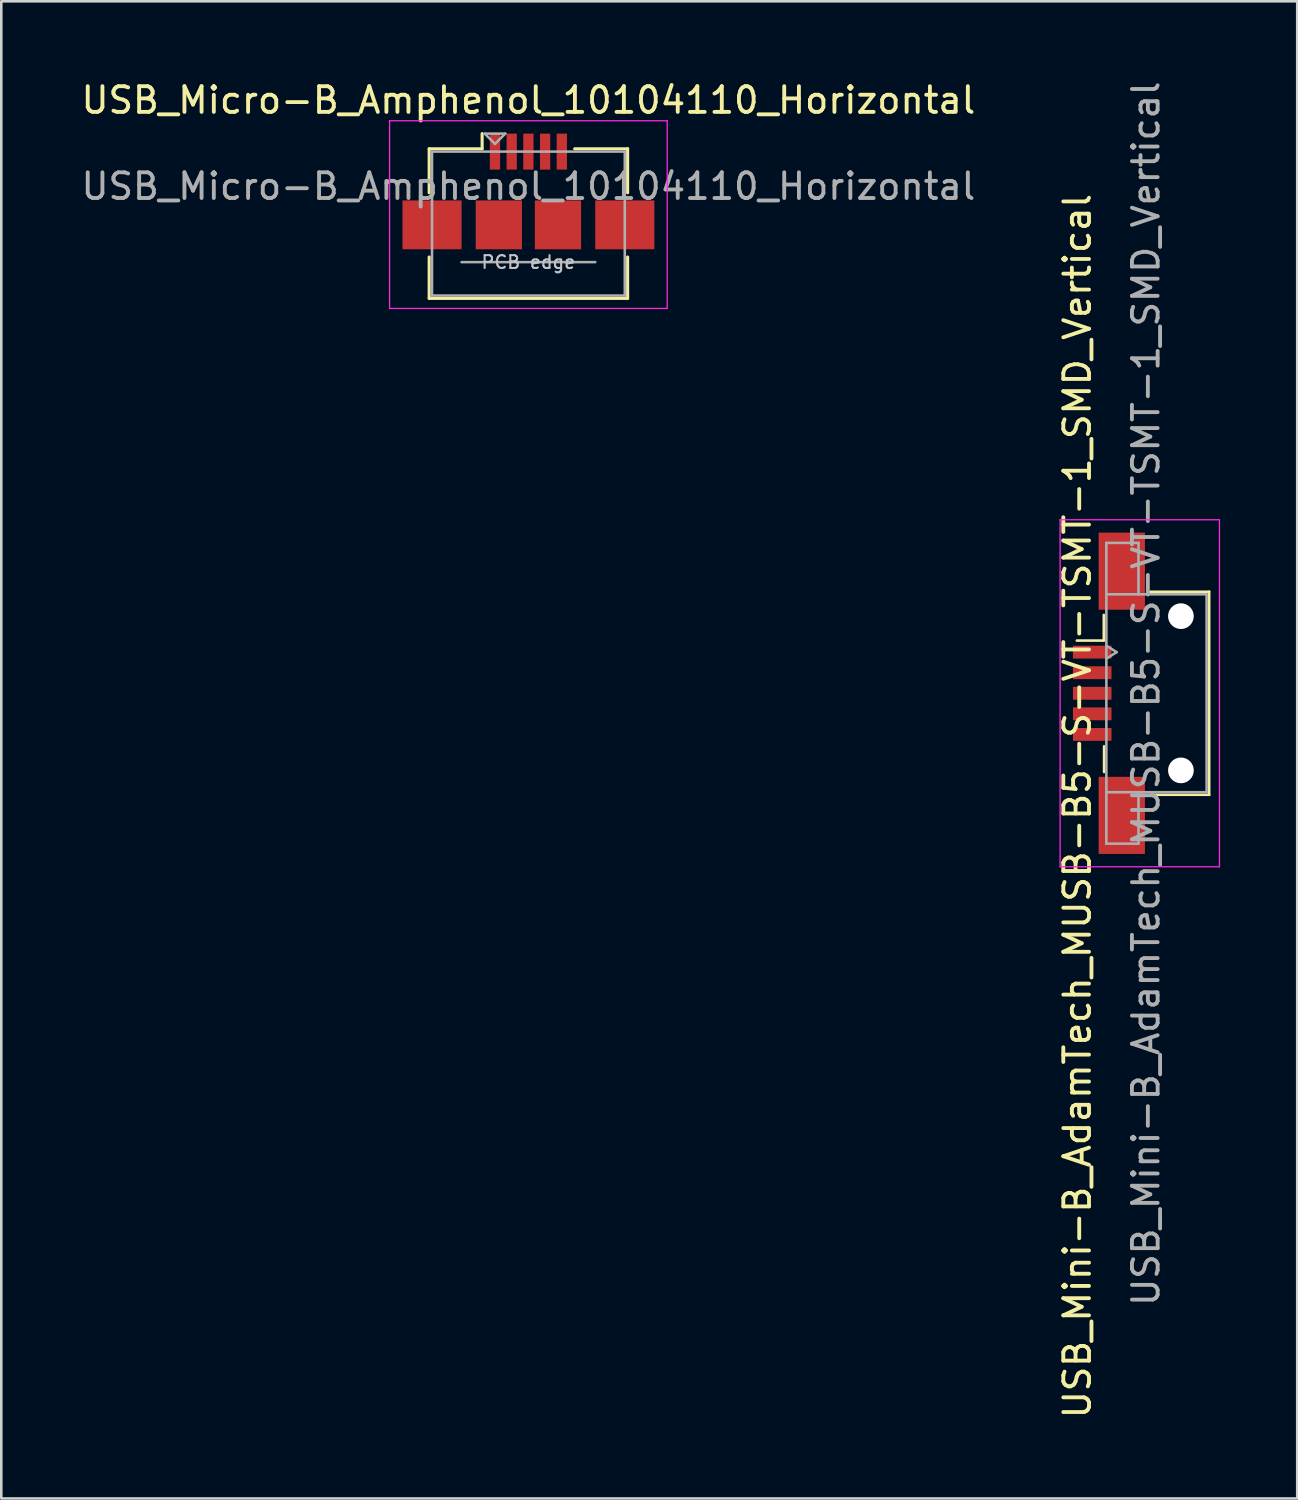
<source format=kicad_pcb>
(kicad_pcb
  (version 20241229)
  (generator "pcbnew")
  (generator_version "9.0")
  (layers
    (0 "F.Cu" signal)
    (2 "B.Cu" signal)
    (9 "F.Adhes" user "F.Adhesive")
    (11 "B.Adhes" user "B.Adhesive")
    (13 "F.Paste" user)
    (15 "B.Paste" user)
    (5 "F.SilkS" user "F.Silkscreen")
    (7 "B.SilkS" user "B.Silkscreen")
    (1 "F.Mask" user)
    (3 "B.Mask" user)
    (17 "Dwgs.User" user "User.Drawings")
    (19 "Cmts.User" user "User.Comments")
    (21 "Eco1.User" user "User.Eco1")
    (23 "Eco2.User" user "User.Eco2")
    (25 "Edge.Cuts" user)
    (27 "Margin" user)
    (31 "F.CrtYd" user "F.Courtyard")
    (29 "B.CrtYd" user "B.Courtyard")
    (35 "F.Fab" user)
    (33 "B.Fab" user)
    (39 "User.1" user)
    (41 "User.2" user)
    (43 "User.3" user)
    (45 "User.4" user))
  (footprint "USB_Micro-B_Amphenol_10104110_Horizontal"
    (layer "F.Cu")
    (at 17.506 4.398)
    (property "Reference" "USB_Micro-B_Amphenol_10104110_Horizontal" (at 0 -3.55 0) (layer "F.SilkS") (effects (font (size 1 1) (thickness 0.15))))
    (attr smd)
    (fp_line (start -3.86 -1.66) (end -1.8 -1.66) (stroke (width 0.12) (type solid)) (layer "F.SilkS"))
    (fp_line (start -3.86 0.05) (end -3.86 -1.66) (stroke (width 0.12) (type solid)) (layer "F.SilkS"))
    (fp_line (start -3.86 4.16) (end -3.86 2.55) (stroke (width 0.12) (type solid)) (layer "F.SilkS"))
    (fp_line (start -3.86 4.16) (end 3.86 4.16) (stroke (width 0.12) (type solid)) (layer "F.SilkS"))
    (fp_line (start -1.8 -1.66) (end -1.8 -2.25) (stroke (width 0.12) (type solid)) (layer "F.SilkS"))
    (fp_line (start 3.86 -1.66) (end 1.8 -1.66) (stroke (width 0.12) (type solid)) (layer "F.SilkS"))
    (fp_line (start 3.86 0.05) (end 3.86 -1.66) (stroke (width 0.12) (type solid)) (layer "F.SilkS"))
    (fp_line (start 3.86 4.16) (end 3.86 2.55) (stroke (width 0.12) (type solid)) (layer "F.SilkS"))
    (fp_line (start -5.4 -2.75) (end -5.4 4.55) (stroke (width 0.05) (type solid)) (layer "F.CrtYd"))
    (fp_line (start -5.4 4.55) (end 5.4 4.55) (stroke (width 0.05) (type solid)) (layer "F.CrtYd"))
    (fp_line (start 5.4 -2.75) (end -5.4 -2.75) (stroke (width 0.05) (type solid)) (layer "F.CrtYd"))
    (fp_line (start 5.4 4.55) (end 5.4 -2.75) (stroke (width 0.05) (type solid)) (layer "F.CrtYd"))
    (fp_line (start -3.75 -1.55) (end 3.75 -1.55) (stroke (width 0.1) (type solid)) (layer "F.Fab"))
    (fp_line (start -3.75 4.05) (end -3.75 -1.55) (stroke (width 0.1) (type solid)) (layer "F.Fab"))
    (fp_line (start -2.6 2.75) (end 2.6 2.75) (stroke (width 0.1) (type solid)) (layer "F.Fab"))
    (fp_line (start -1.7 -2.25) (end -1.3 -1.85) (stroke (width 0.1) (type solid)) (layer "F.Fab"))
    (fp_line (start -1.3 -1.85) (end -0.9 -2.25) (stroke (width 0.1) (type solid)) (layer "F.Fab"))
    (fp_line (start -0.9 -2.25) (end -1.7 -2.25) (stroke (width 0.1) (type solid)) (layer "F.Fab"))
    (fp_line (start 3.75 -1.55) (end 3.75 4.05) (stroke (width 0.1) (type solid)) (layer "F.Fab"))
    (fp_line (start 3.75 4.05) (end -3.75 4.05) (stroke (width 0.1) (type solid)) (layer "F.Fab"))
    (fp_text user "PCB edge" (at 0 2.75 0) (layer "Dwgs.User") (effects (font (size 0.5 0.5) (thickness 0.08))))
    (fp_text user "${REFERENCE}" (at 0 -0.2 0) (layer "F.Fab") (effects (font (size 1 1) (thickness 0.15))))
    (pad "1" smd rect (at -1.3 -1.55) (size 0.4 1.4) (layers "F.Cu" "F.Mask" "F.Paste"))
    (pad "2" smd rect (at -0.65 -1.55) (size 0.4 1.4) (layers "F.Cu" "F.Mask" "F.Paste"))
    (pad "3" smd rect (at 0 -1.55) (size 0.4 1.4) (layers "F.Cu" "F.Mask" "F.Paste"))
    (pad "4" smd rect (at 0.65 -1.55) (size 0.4 1.4) (layers "F.Cu" "F.Mask" "F.Paste"))
    (pad "5" smd rect (at 1.3 -1.55) (size 0.4 1.4) (layers "F.Cu" "F.Mask" "F.Paste"))
    (pad "6" smd rect (at -3.75 1.3) (size 2.3 1.9) (layers "F.Cu" "F.Mask" "F.Paste"))
    (pad "6" smd rect (at -1.15 1.3) (size 1.8 1.9) (layers "F.Cu" "F.Mask" "F.Paste"))
    (pad "6" smd rect (at 1.15 1.3) (size 1.8 1.9) (layers "F.Cu" "F.Mask" "F.Paste"))
    (pad "6" smd rect (at 3.75 1.3) (size 2.3 1.9) (layers "F.Cu" "F.Mask" "F.Paste")))
  (footprint "USB_Mini-B_AdamTech_MUSB-B5-S-VT-TSMT-1_SMD_Vertical"
    (layer "F.Cu")
    (at 41.04 23.92)
    (property "Reference" "USB_Mini-B_AdamTech_MUSB-B5-S-VT-TSMT-1_SMD_Vertical" (at -2.18 4.39 90) (layer "F.SilkS") (effects (font (size 1 1) (thickness 0.15))))
    (attr smd)
    (fp_line (start -2.2 -2.05) (end -1.15 -2.05) (stroke (width 0.1) (type solid)) (layer "F.SilkS"))
    (fp_line (start -1.15 -2.05) (end -1.15 -3.05) (stroke (width 0.1) (type solid)) (layer "F.SilkS"))
    (fp_line (start -1.139 2.064) (end -1.139 3.064) (stroke (width 0.1) (type solid)) (layer "F.SilkS"))
    (fp_line (start 0.65 3.95) (end 2.95 3.95) (stroke (width 0.1) (type solid)) (layer "F.SilkS"))
    (fp_line (start 2.95 -3.95) (end 0.65 -3.95) (stroke (width 0.1) (type solid)) (layer "F.SilkS"))
    (fp_line (start 2.95 3.95) (end 2.95 -3.95) (stroke (width 0.1) (type solid)) (layer "F.SilkS"))
    (fp_line (start -2.85 -6.75) (end 3.35 -6.75) (stroke (width 0.05) (type solid)) (layer "F.CrtYd"))
    (fp_line (start -2.85 6.75) (end -2.85 -6.75) (stroke (width 0.05) (type solid)) (layer "F.CrtYd"))
    (fp_line (start 3.35 -6.75) (end 3.35 6.75) (stroke (width 0.05) (type solid)) (layer "F.CrtYd"))
    (fp_line (start 3.35 6.75) (end -2.85 6.75) (stroke (width 0.05) (type solid)) (layer "F.CrtYd"))
    (fp_line (start -1.05 -5.85) (end -1.05 5.85) (stroke (width 0.1) (type solid)) (layer "F.Fab"))
    (fp_line (start -1.05 -5.85) (end 0.2 -5.85) (stroke (width 0.1) (type solid)) (layer "F.Fab"))
    (fp_line (start -1.05 -1.85) (end -0.65 -1.6) (stroke (width 0.1) (type solid)) (layer "F.Fab"))
    (fp_line (start -1.05 3.85) (end 2.85 3.85) (stroke (width 0.1) (type solid)) (layer "F.Fab"))
    (fp_line (start -1.05 5.85) (end 0.2 5.85) (stroke (width 0.1) (type solid)) (layer "F.Fab"))
    (fp_line (start -0.65 -1.6) (end -1.05 -1.35) (stroke (width 0.1) (type solid)) (layer "F.Fab"))
    (fp_line (start 0.2 -5.85) (end 0.2 -3.85) (stroke (width 0.1) (type solid)) (layer "F.Fab"))
    (fp_line (start 0.2 5.85) (end 0.2 3.85) (stroke (width 0.1) (type solid)) (layer "F.Fab"))
    (fp_line (start 2.85 -3.85) (end -1.05 -3.85) (stroke (width 0.1) (type solid)) (layer "F.Fab"))
    (fp_line (start 2.85 3.85) (end 2.85 -3.85) (stroke (width 0.1) (type solid)) (layer "F.Fab"))
    (fp_text user "${REFERENCE}" (at 0.49 0.015 90) (layer "F.Fab") (effects (font (size 1 1) (thickness 0.15))))
    (pad "" np_thru_hole circle (at 1.85 -3 90) (size 1 1) (drill 1) (layers "*.Cu" "*.Mask"))
    (pad "" np_thru_hole circle (at 1.85 3 90) (size 1 1) (drill 1) (layers "*.Cu" "*.Mask"))
    (pad "1" smd rect (at -1.6 -1.6 90) (size 0.5 1.5) (layers "F.Cu" "F.Mask" "F.Paste"))
    (pad "2" smd rect (at -1.6 -0.8 90) (size 0.5 1.5) (layers "F.Cu" "F.Mask" "F.Paste"))
    (pad "3" smd rect (at -1.6 0 90) (size 0.5 1.5) (layers "F.Cu" "F.Mask" "F.Paste"))
    (pad "4" smd rect (at -1.6 0.8 90) (size 0.5 1.5) (layers "F.Cu" "F.Mask" "F.Paste"))
    (pad "5" smd rect (at -1.6 1.6 90) (size 0.5 1.5) (layers "F.Cu" "F.Mask" "F.Paste"))
    (pad "6" smd rect (at -0.45 -4.75 90) (size 3 1.8) (layers "F.Cu" "F.Mask" "F.Paste"))
    (pad "6" smd rect (at -0.45 4.75 90) (size 3 1.8) (layers "F.Cu" "F.Mask" "F.Paste")))
  (gr_rect
    (start -3 -3)
    (end 47.415 55.244)
    (stroke (width 0.1) (type default))
    (fill no)
    (layer "Edge.Cuts")))
</source>
